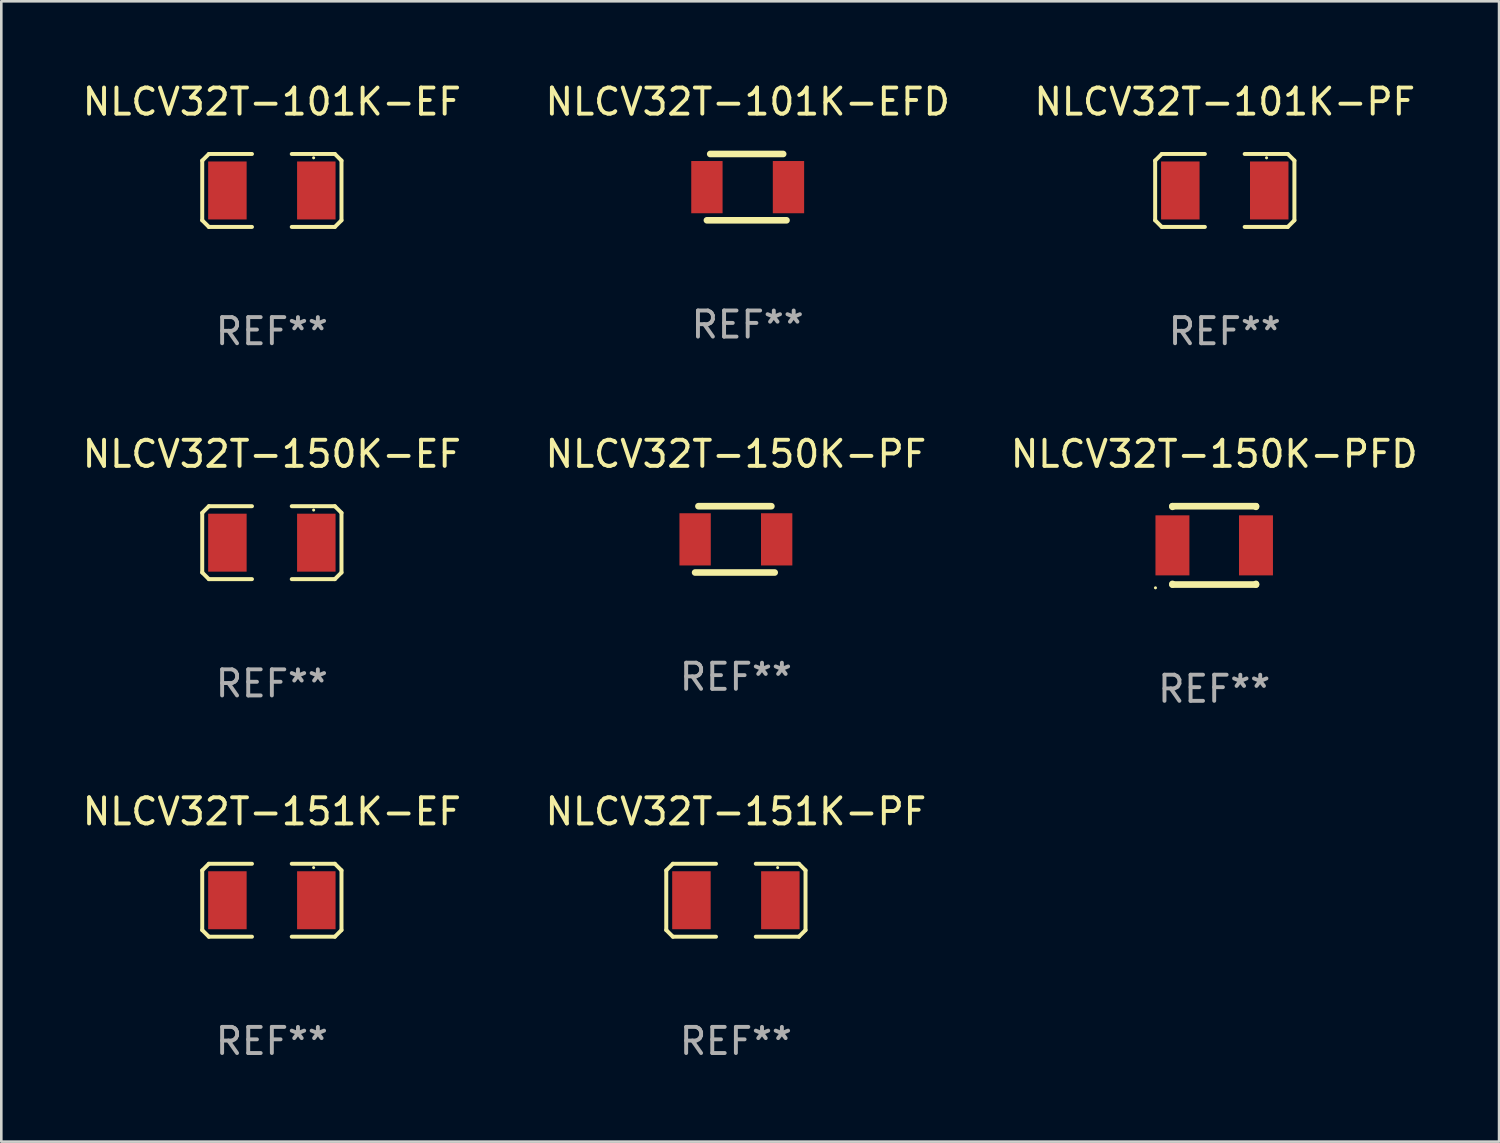
<source format=kicad_pcb>
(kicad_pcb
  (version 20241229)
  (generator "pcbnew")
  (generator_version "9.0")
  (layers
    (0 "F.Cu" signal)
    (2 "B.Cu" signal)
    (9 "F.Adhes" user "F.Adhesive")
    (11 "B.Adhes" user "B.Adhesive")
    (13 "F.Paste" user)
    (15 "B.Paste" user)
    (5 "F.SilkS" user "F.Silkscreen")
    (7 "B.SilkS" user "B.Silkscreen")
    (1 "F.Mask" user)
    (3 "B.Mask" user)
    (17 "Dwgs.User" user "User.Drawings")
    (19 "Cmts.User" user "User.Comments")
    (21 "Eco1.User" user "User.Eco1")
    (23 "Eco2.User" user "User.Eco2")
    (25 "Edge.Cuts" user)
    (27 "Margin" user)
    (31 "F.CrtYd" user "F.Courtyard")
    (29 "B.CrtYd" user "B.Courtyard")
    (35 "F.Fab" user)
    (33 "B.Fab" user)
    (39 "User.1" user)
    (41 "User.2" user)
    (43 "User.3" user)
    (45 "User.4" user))
  (footprint "NLCV32T-101K-EF"
    (layer "F.Cu")
    (at 7.363 4.245)
    (property "Reference" "NLCV32T-101K-EF" (at 0 -3.397 0) (layer "F.SilkS") (effects (font (size 1 1) (thickness 0.15))))
    (attr through_hole)
    (fp_line (start -2.667 -1.143) (end -2.413 -1.397) (stroke (width 0.152) (type solid)) (layer "F.SilkS"))
    (fp_line (start -2.667 1.143) (end -2.667 -1.143) (stroke (width 0.152) (type solid)) (layer "F.SilkS"))
    (fp_line (start -2.413 -1.397) (end -0.762 -1.397) (stroke (width 0.152) (type solid)) (layer "F.SilkS"))
    (fp_line (start -2.413 1.397) (end -2.667 1.143) (stroke (width 0.152) (type solid)) (layer "F.SilkS"))
    (fp_line (start -0.762 1.397) (end -2.413 1.397) (stroke (width 0.152) (type solid)) (layer "F.SilkS"))
    (fp_line (start 0.762 -1.397) (end 2.413 -1.397) (stroke (width 0.152) (type solid)) (layer "F.SilkS"))
    (fp_line (start 2.413 -1.397) (end 2.667 -1.143) (stroke (width 0.152) (type solid)) (layer "F.SilkS"))
    (fp_line (start 2.413 1.397) (end 0.762 1.397) (stroke (width 0.152) (type solid)) (layer "F.SilkS"))
    (fp_line (start 2.667 -1.143) (end 2.667 1.143) (stroke (width 0.152) (type solid)) (layer "F.SilkS"))
    (fp_line (start 2.667 1.143) (end 2.413 1.397) (stroke (width 0.152) (type solid)) (layer "F.SilkS"))
    (fp_circle (center 1.6 -1.25) (end 1.63 -1.25) (stroke (width 0.06) (type solid)) (fill no) (layer "F.SilkS"))
    (fp_text user "REF**" (at 0 5.397 0) (layer "F.Fab") (effects (font (size 1 1) (thickness 0.15))))
    (pad "1" smd rect (at 1.703 0) (size 1.474 2.22) (layers "F.Cu" "F.Mask" "F.Paste"))
    (pad "2" smd rect (at -1.703 0) (size 1.474 2.22) (layers "F.Cu" "F.Mask" "F.Paste")))
  (footprint "NLCV32T-101K-PF"
    (layer "F.Cu")
    (at 43.863 4.245)
    (property "Reference" "NLCV32T-101K-PF" (at 0 -3.397 0) (layer "F.SilkS") (effects (font (size 1 1) (thickness 0.15))))
    (attr through_hole)
    (fp_line (start -2.667 -1.143) (end -2.413 -1.397) (stroke (width 0.152) (type solid)) (layer "F.SilkS"))
    (fp_line (start -2.667 1.143) (end -2.667 -1.143) (stroke (width 0.152) (type solid)) (layer "F.SilkS"))
    (fp_line (start -2.413 -1.397) (end -0.762 -1.397) (stroke (width 0.152) (type solid)) (layer "F.SilkS"))
    (fp_line (start -2.413 1.397) (end -2.667 1.143) (stroke (width 0.152) (type solid)) (layer "F.SilkS"))
    (fp_line (start -0.762 1.397) (end -2.413 1.397) (stroke (width 0.152) (type solid)) (layer "F.SilkS"))
    (fp_line (start 0.762 -1.397) (end 2.413 -1.397) (stroke (width 0.152) (type solid)) (layer "F.SilkS"))
    (fp_line (start 2.413 -1.397) (end 2.667 -1.143) (stroke (width 0.152) (type solid)) (layer "F.SilkS"))
    (fp_line (start 2.413 1.397) (end 0.762 1.397) (stroke (width 0.152) (type solid)) (layer "F.SilkS"))
    (fp_line (start 2.667 -1.143) (end 2.667 1.143) (stroke (width 0.152) (type solid)) (layer "F.SilkS"))
    (fp_line (start 2.667 1.143) (end 2.413 1.397) (stroke (width 0.152) (type solid)) (layer "F.SilkS"))
    (fp_circle (center 1.6 -1.25) (end 1.63 -1.25) (stroke (width 0.06) (type solid)) (fill no) (layer "F.SilkS"))
    (fp_text user "REF**" (at 0 5.397 0) (layer "F.Fab") (effects (font (size 1 1) (thickness 0.15))))
    (pad "1" smd rect (at 1.703 0) (size 1.474 2.22) (layers "F.Cu" "F.Mask" "F.Paste"))
    (pad "2" smd rect (at -1.703 0) (size 1.474 2.22) (layers "F.Cu" "F.Mask" "F.Paste")))
  (footprint "NLCV32T-150K-EF"
    (layer "F.Cu")
    (at 7.363 17.736)
    (property "Reference" "NLCV32T-150K-EF" (at 0 -3.397 0) (layer "F.SilkS") (effects (font (size 1 1) (thickness 0.15))))
    (attr through_hole)
    (fp_line (start -2.667 -1.143) (end -2.413 -1.397) (stroke (width 0.152) (type solid)) (layer "F.SilkS"))
    (fp_line (start -2.667 1.143) (end -2.667 -1.143) (stroke (width 0.152) (type solid)) (layer "F.SilkS"))
    (fp_line (start -2.413 -1.397) (end -0.762 -1.397) (stroke (width 0.152) (type solid)) (layer "F.SilkS"))
    (fp_line (start -2.413 1.397) (end -2.667 1.143) (stroke (width 0.152) (type solid)) (layer "F.SilkS"))
    (fp_line (start -0.762 1.397) (end -2.413 1.397) (stroke (width 0.152) (type solid)) (layer "F.SilkS"))
    (fp_line (start 0.762 -1.397) (end 2.413 -1.397) (stroke (width 0.152) (type solid)) (layer "F.SilkS"))
    (fp_line (start 2.413 -1.397) (end 2.667 -1.143) (stroke (width 0.152) (type solid)) (layer "F.SilkS"))
    (fp_line (start 2.413 1.397) (end 0.762 1.397) (stroke (width 0.152) (type solid)) (layer "F.SilkS"))
    (fp_line (start 2.667 -1.143) (end 2.667 1.143) (stroke (width 0.152) (type solid)) (layer "F.SilkS"))
    (fp_line (start 2.667 1.143) (end 2.413 1.397) (stroke (width 0.152) (type solid)) (layer "F.SilkS"))
    (fp_circle (center 1.6 -1.25) (end 1.63 -1.25) (stroke (width 0.06) (type solid)) (fill no) (layer "F.SilkS"))
    (fp_text user "REF**" (at 0 5.397 0) (layer "F.Fab") (effects (font (size 1 1) (thickness 0.15))))
    (pad "1" smd rect (at 1.703 0) (size 1.474 2.22) (layers "F.Cu" "F.Mask" "F.Paste"))
    (pad "2" smd rect (at -1.703 0) (size 1.474 2.22) (layers "F.Cu" "F.Mask" "F.Paste")))
  (footprint "NLCV32T-150K-PFD"
    (layer "F.Cu")
    (at 43.458 17.839)
    (property "Reference" "NLCV32T-150K-PFD" (at 0 -3.5 0) (layer "F.SilkS") (effects (font (size 1 1) (thickness 0.15))))
    (attr through_hole)
    (fp_line (start -1.6 -1.5) (end 1.6 -1.5) (stroke (width 0.254) (type solid)) (layer "F.SilkS"))
    (fp_line (start -1.6 -1.476) (end -1.6 -1.5) (stroke (width 0.254) (type solid)) (layer "F.SilkS"))
    (fp_line (start -1.6 1.5) (end -1.6 1.476) (stroke (width 0.254) (type solid)) (layer "F.SilkS"))
    (fp_line (start -1.6 1.5) (end 1.6 1.5) (stroke (width 0.254) (type solid)) (layer "F.SilkS"))
    (fp_line (start 1.6 -1.5) (end 1.6 -1.476) (stroke (width 0.254) (type solid)) (layer "F.SilkS"))
    (fp_line (start 1.6 1.476) (end 1.6 1.5) (stroke (width 0.254) (type solid)) (layer "F.SilkS"))
    (fp_circle (center -2.25 1.627) (end -2.22 1.627) (stroke (width 0.06) (type solid)) (fill no) (layer "F.SilkS"))
    (fp_text user "REF**" (at 0 5.5 0) (layer "F.Fab") (effects (font (size 1 1) (thickness 0.15))))
    (pad "1" smd rect (at -1.6 0 90) (size 2.3 1.3) (layers "F.Cu" "F.Mask" "F.Paste"))
    (pad "2" smd rect (at 1.6 0 90) (size 2.3 1.3) (layers "F.Cu" "F.Mask" "F.Paste")))
  (footprint "NLCV32T-151K-EF"
    (layer "F.Cu")
    (at 7.363 31.432)
    (property "Reference" "NLCV32T-151K-EF" (at 0 -3.397 0) (layer "F.SilkS") (effects (font (size 1 1) (thickness 0.15))))
    (attr through_hole)
    (fp_line (start -2.667 -1.143) (end -2.413 -1.397) (stroke (width 0.152) (type solid)) (layer "F.SilkS"))
    (fp_line (start -2.667 1.143) (end -2.667 -1.143) (stroke (width 0.152) (type solid)) (layer "F.SilkS"))
    (fp_line (start -2.413 -1.397) (end -0.762 -1.397) (stroke (width 0.152) (type solid)) (layer "F.SilkS"))
    (fp_line (start -2.413 1.397) (end -2.667 1.143) (stroke (width 0.152) (type solid)) (layer "F.SilkS"))
    (fp_line (start -0.762 1.397) (end -2.413 1.397) (stroke (width 0.152) (type solid)) (layer "F.SilkS"))
    (fp_line (start 0.762 -1.397) (end 2.413 -1.397) (stroke (width 0.152) (type solid)) (layer "F.SilkS"))
    (fp_line (start 2.413 -1.397) (end 2.667 -1.143) (stroke (width 0.152) (type solid)) (layer "F.SilkS"))
    (fp_line (start 2.413 1.397) (end 0.762 1.397) (stroke (width 0.152) (type solid)) (layer "F.SilkS"))
    (fp_line (start 2.667 -1.143) (end 2.667 1.143) (stroke (width 0.152) (type solid)) (layer "F.SilkS"))
    (fp_line (start 2.667 1.143) (end 2.413 1.397) (stroke (width 0.152) (type solid)) (layer "F.SilkS"))
    (fp_circle (center 1.6 -1.25) (end 1.63 -1.25) (stroke (width 0.06) (type solid)) (fill no) (layer "F.SilkS"))
    (fp_text user "REF**" (at 0 5.397 0) (layer "F.Fab") (effects (font (size 1 1) (thickness 0.15))))
    (pad "1" smd rect (at 1.703 0) (size 1.474 2.22) (layers "F.Cu" "F.Mask" "F.Paste"))
    (pad "2" smd rect (at -1.703 0) (size 1.474 2.22) (layers "F.Cu" "F.Mask" "F.Paste")))
  (footprint "NLCV32T-150K-PF"
    (layer "F.Cu")
    (at 25.137 17.609)
    (property "Reference" "NLCV32T-150K-PF" (at 0 -3.27 0) (layer "F.SilkS") (effects (font (size 1 1) (thickness 0.15))))
    (attr through_hole)
    (fp_line (start -1.562 1.27) (end 1.486 1.27) (stroke (width 0.254) (type solid)) (layer "F.SilkS"))
    (fp_line (start -1.435 -1.27) (end 1.359 -1.27) (stroke (width 0.254) (type solid)) (layer "F.SilkS"))
    (fp_circle (center -1.6 1.25) (end -1.57 1.25) (stroke (width 0.06) (type solid)) (fill no) (layer "F.SilkS"))
    (fp_text user "REF**" (at 0 5.27 0) (layer "F.Fab") (effects (font (size 1 1) (thickness 0.15))))
    (pad "1" smd rect (at -1.562 0 180) (size 1.2 2) (layers "F.Cu" "F.Mask" "F.Paste"))
    (pad "2" smd rect (at 1.562 0 180) (size 1.2 2) (layers "F.Cu" "F.Mask" "F.Paste")))
  (footprint "NLCV32T-101K-EFD"
    (layer "F.Cu")
    (at 25.589 4.118)
    (property "Reference" "NLCV32T-101K-EFD" (at 0 -3.27 0) (layer "F.SilkS") (effects (font (size 1 1) (thickness 0.15))))
    (attr through_hole)
    (fp_line (start -1.562 1.27) (end 1.486 1.27) (stroke (width 0.254) (type solid)) (layer "F.SilkS"))
    (fp_line (start -1.435 -1.27) (end 1.359 -1.27) (stroke (width 0.254) (type solid)) (layer "F.SilkS"))
    (fp_circle (center -1.6 1.25) (end -1.57 1.25) (stroke (width 0.06) (type solid)) (fill no) (layer "F.SilkS"))
    (fp_text user "REF**" (at 0 5.27 0) (layer "F.Fab") (effects (font (size 1 1) (thickness 0.15))))
    (pad "1" smd rect (at -1.562 0 180) (size 1.2 2) (layers "F.Cu" "F.Mask" "F.Paste"))
    (pad "2" smd rect (at 1.562 0 180) (size 1.2 2) (layers "F.Cu" "F.Mask" "F.Paste")))
  (footprint "NLCV32T-151K-PF"
    (layer "F.Cu")
    (at 25.137 31.432)
    (property "Reference" "NLCV32T-151K-PF" (at 0 -3.397 0) (layer "F.SilkS") (effects (font (size 1 1) (thickness 0.15))))
    (attr through_hole)
    (fp_line (start -2.667 -1.143) (end -2.413 -1.397) (stroke (width 0.152) (type solid)) (layer "F.SilkS"))
    (fp_line (start -2.667 1.143) (end -2.667 -1.143) (stroke (width 0.152) (type solid)) (layer "F.SilkS"))
    (fp_line (start -2.413 -1.397) (end -0.762 -1.397) (stroke (width 0.152) (type solid)) (layer "F.SilkS"))
    (fp_line (start -2.413 1.397) (end -2.667 1.143) (stroke (width 0.152) (type solid)) (layer "F.SilkS"))
    (fp_line (start -0.762 1.397) (end -2.413 1.397) (stroke (width 0.152) (type solid)) (layer "F.SilkS"))
    (fp_line (start 0.762 -1.397) (end 2.413 -1.397) (stroke (width 0.152) (type solid)) (layer "F.SilkS"))
    (fp_line (start 2.413 -1.397) (end 2.667 -1.143) (stroke (width 0.152) (type solid)) (layer "F.SilkS"))
    (fp_line (start 2.413 1.397) (end 0.762 1.397) (stroke (width 0.152) (type solid)) (layer "F.SilkS"))
    (fp_line (start 2.667 -1.143) (end 2.667 1.143) (stroke (width 0.152) (type solid)) (layer "F.SilkS"))
    (fp_line (start 2.667 1.143) (end 2.413 1.397) (stroke (width 0.152) (type solid)) (layer "F.SilkS"))
    (fp_circle (center 1.6 -1.25) (end 1.63 -1.25) (stroke (width 0.06) (type solid)) (fill no) (layer "F.SilkS"))
    (fp_text user "REF**" (at 0 5.397 0) (layer "F.Fab") (effects (font (size 1 1) (thickness 0.15))))
    (pad "1" smd rect (at 1.703 0) (size 1.474 2.22) (layers "F.Cu" "F.Mask" "F.Paste"))
    (pad "2" smd rect (at -1.703 0) (size 1.474 2.22) (layers "F.Cu" "F.Mask" "F.Paste")))
  (gr_rect
    (start -3 -3)
    (end 54.369 40.678)
    (stroke (width 0.1) (type default))
    (fill no)
    (layer "Edge.Cuts")))
</source>
